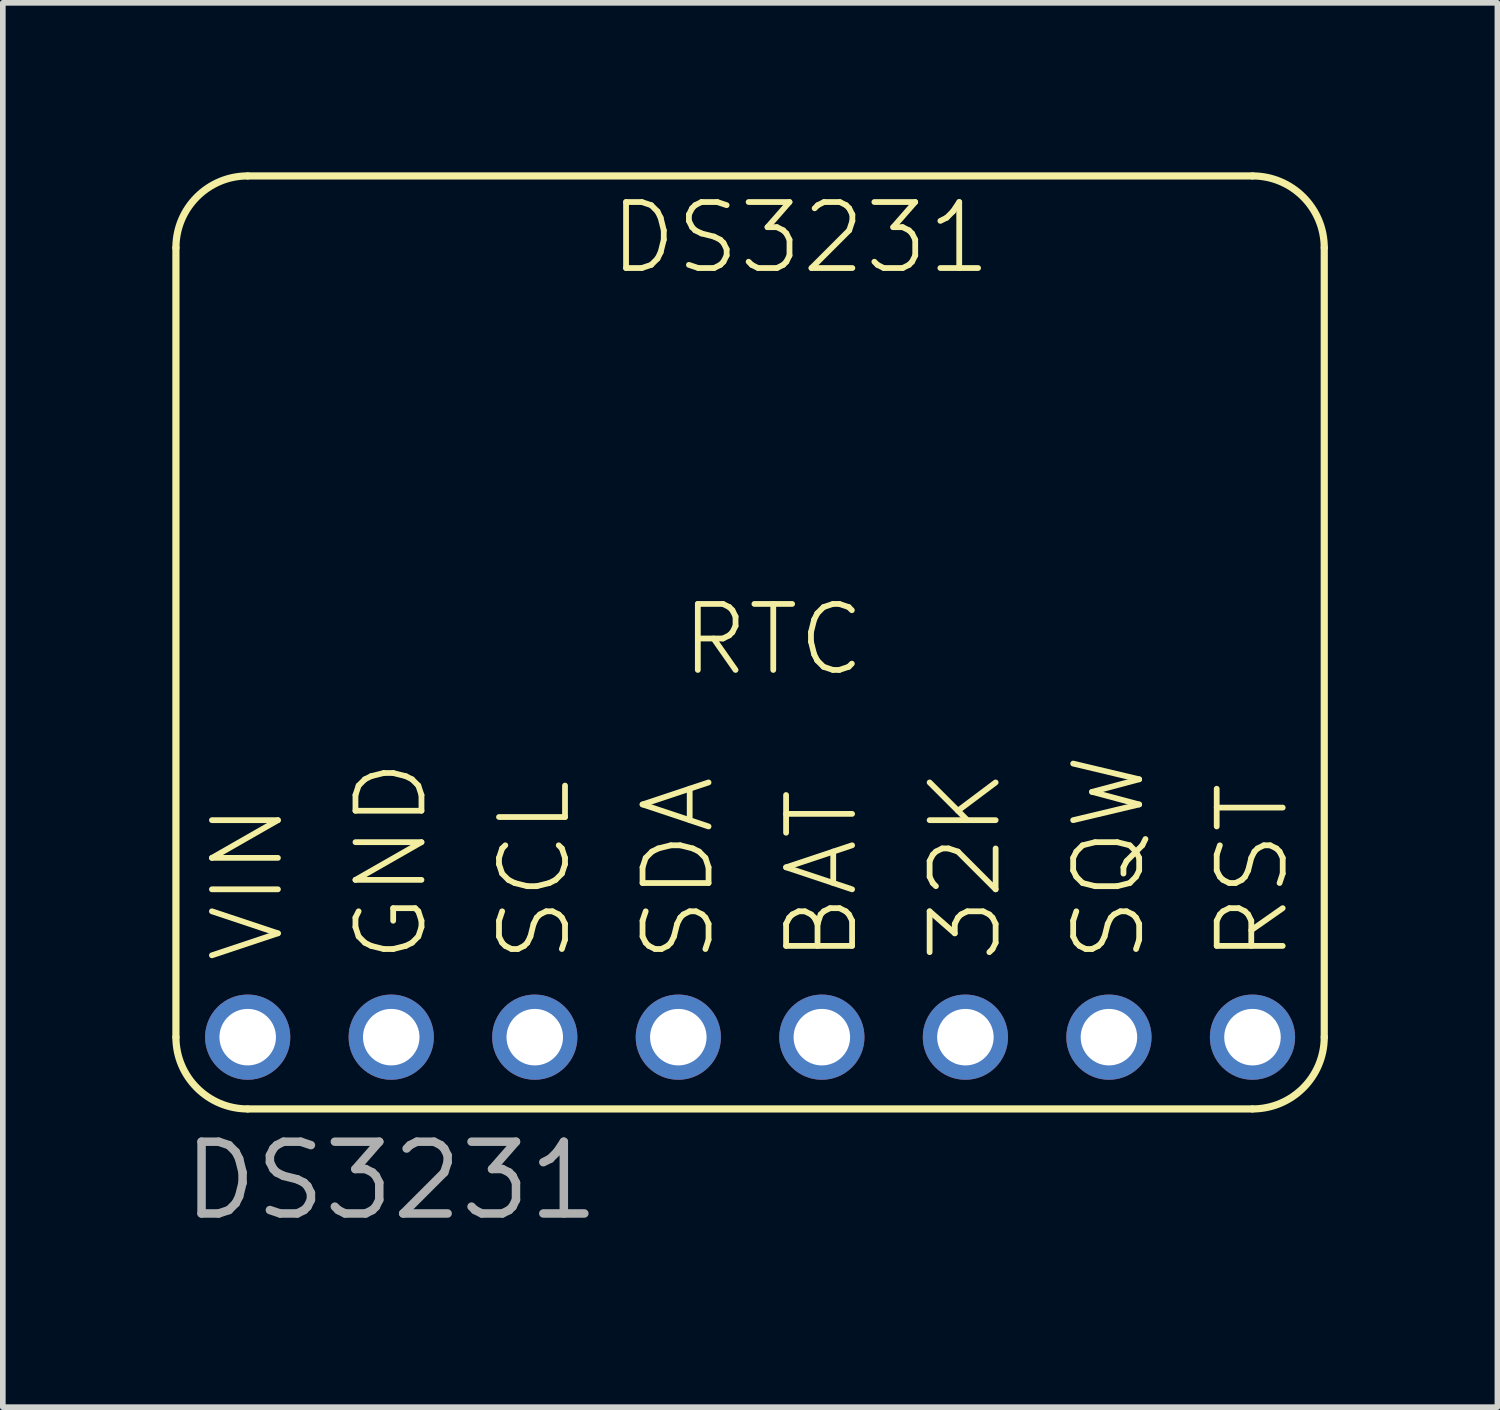
<source format=kicad_pcb>
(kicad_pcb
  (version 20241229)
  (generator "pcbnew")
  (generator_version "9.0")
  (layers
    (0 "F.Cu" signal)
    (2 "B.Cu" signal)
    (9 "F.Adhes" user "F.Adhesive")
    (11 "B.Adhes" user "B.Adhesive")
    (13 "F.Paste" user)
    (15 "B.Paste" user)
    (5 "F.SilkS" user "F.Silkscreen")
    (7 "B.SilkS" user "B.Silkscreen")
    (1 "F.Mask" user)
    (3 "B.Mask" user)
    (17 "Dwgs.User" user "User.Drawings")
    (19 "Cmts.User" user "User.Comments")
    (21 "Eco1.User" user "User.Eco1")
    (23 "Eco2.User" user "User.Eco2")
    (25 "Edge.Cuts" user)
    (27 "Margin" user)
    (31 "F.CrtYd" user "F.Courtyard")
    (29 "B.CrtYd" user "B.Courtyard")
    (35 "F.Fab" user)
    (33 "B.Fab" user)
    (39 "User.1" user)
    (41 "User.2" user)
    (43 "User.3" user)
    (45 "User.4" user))
  (footprint "DS3231"
    (layer "F.Cu")
    (at 10.223 15.303)
    (property "Reference" "DS3231" (at -6.35 2.54 0) (layer "F.Fab") (effects (font (size 1.27 1.27) (thickness 0.15))))
    (fp_line (start -10.16 0) (end -10.16 -13.97) (stroke (width 0.127) (type solid)) (layer "F.SilkS"))
    (fp_line (start -8.89 -15.24) (end 8.89 -15.24) (stroke (width 0.127) (type solid)) (layer "F.SilkS"))
    (fp_line (start -8.89 1.27) (end 8.89 1.27) (stroke (width 0.127) (type solid)) (layer "F.SilkS"))
    (fp_line (start 10.16 -13.97) (end 10.16 0) (stroke (width 0.127) (type solid)) (layer "F.SilkS"))
    (fp_arc (start -10.16 -13.97) (mid -9.788026 -14.868026) (end -8.89 -15.24) (stroke (width 0.127) (type solid)) (layer "F.SilkS"))
    (fp_arc (start -8.89 1.27) (mid -9.788026 0.898026) (end -10.16 0) (stroke (width 0.127) (type solid)) (layer "F.SilkS"))
    (fp_arc (start 8.89 -15.24) (mid 9.788026 -14.868026) (end 10.16 -13.97) (stroke (width 0.127) (type solid)) (layer "F.SilkS"))
    (fp_arc (start 10.16 0) (mid 9.788026 0.898026) (end 8.89 1.27) (stroke (width 0.127) (type solid)) (layer "F.SilkS"))
    (fp_text user "SDA" (at -1.27 -1.27 90) (layer "F.SilkS") (effects (font (size 1.168 1.168) (thickness 0.102)) (justify left)))
    (fp_text user "RST" (at 8.89 -1.27 90) (layer "F.SilkS") (effects (font (size 1.168 1.168) (thickness 0.102)) (justify left)))
    (fp_text user "VIN" (at -8.89 -1.27 90) (layer "F.SilkS") (effects (font (size 1.168 1.168) (thickness 0.102)) (justify left)))
    (fp_text user "32K" (at 3.81 -1.27 90) (layer "F.SilkS") (effects (font (size 1.168 1.168) (thickness 0.102)) (justify left)))
    (fp_text user "DS3231" (at -2.54 -13.462 0) (layer "F.SilkS") (effects (font (size 1.168 1.168) (thickness 0.102)) (justify left bottom)))
    (fp_text user "BAT" (at 1.27 -1.27 90) (layer "F.SilkS") (effects (font (size 1.168 1.168) (thickness 0.102)) (justify left)))
    (fp_text user "GND" (at -6.35 -1.27 90) (layer "F.SilkS") (effects (font (size 1.168 1.168) (thickness 0.102)) (justify left)))
    (fp_text user "SCL" (at -3.81 -1.27 90) (layer "F.SilkS") (effects (font (size 1.168 1.168) (thickness 0.102)) (justify left)))
    (fp_text user "RTC" (at -1.27 -6.35 0) (layer "F.SilkS") (effects (font (size 1.168 1.168) (thickness 0.102)) (justify left bottom)))
    (fp_text user "SQW" (at 6.35 -1.27 90) (layer "F.SilkS") (effects (font (size 1.168 1.168) (thickness 0.102)) (justify left)))
    (pad "P$1" thru_hole circle (at -8.89 0) (size 1.508 1.508) (drill 1) (layers "*.Cu" "*.Mask"))
    (pad "P$2" thru_hole circle (at -6.35 0) (size 1.508 1.508) (drill 1) (layers "*.Cu" "*.Mask"))
    (pad "P$3" thru_hole circle (at -3.81 0) (size 1.508 1.508) (drill 1) (layers "*.Cu" "*.Mask"))
    (pad "P$4" thru_hole circle (at -1.27 0) (size 1.508 1.508) (drill 1) (layers "*.Cu" "*.Mask"))
    (pad "P$5" thru_hole circle (at 1.27 0) (size 1.508 1.508) (drill 1) (layers "*.Cu" "*.Mask"))
    (pad "P$6" thru_hole circle (at 3.81 0) (size 1.508 1.508) (drill 1) (layers "*.Cu" "*.Mask"))
    (pad "P$7" thru_hole circle (at 6.35 0) (size 1.508 1.508) (drill 1) (layers "*.Cu" "*.Mask"))
    (pad "P$8" thru_hole circle (at 8.89 0) (size 1.508 1.508) (drill 1) (layers "*.Cu" "*.Mask")))
  (gr_rect
    (start -3 -3)
    (end 23.447 21.85)
    (stroke (width 0.1) (type default))
    (fill no)
    (layer "Edge.Cuts")))
</source>
